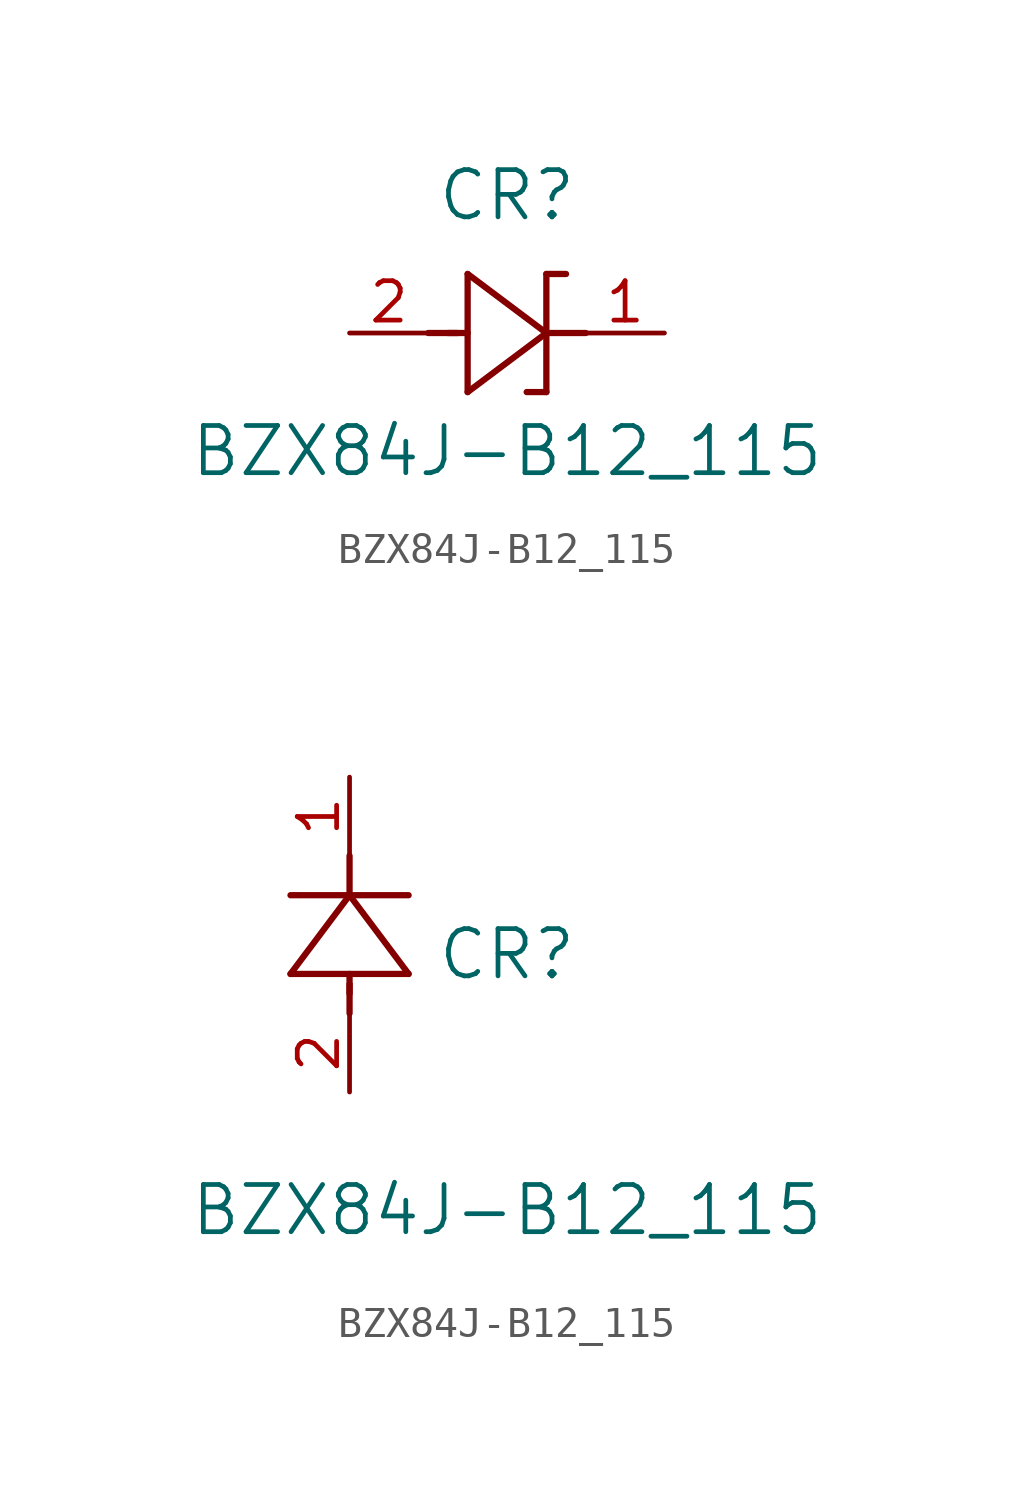
<source format=kicad_sym>
(kicad_symbol_lib
  (version 20211014)
  (generator kicad_symbol_editor)
  (symbol "BZX84J-B12_115"
    (pin_names
      (offset 0.254))
    (property "Reference" "CR"
      (at 5.08 4.445 0)
      (effects (font (size 1.524 1.524))))
    (property "Value" "BZX84J-B12_115"
      (at 5.08 -3.81 0)
      (effects (font (size 1.524 1.524))))
    (symbol "BZX84J-B12_115_1_1"
      (polyline (pts (xy 2.54 0) (xy 3.48 0)) (stroke (width 0.203) (type default) (color 0 0 0 0)) (fill (type none)))
      (polyline (pts (xy 3.175 0) (xy 3.81 0)) (stroke (width 0.203) (type default) (color 0 0 0 0)) (fill (type none)))
      (polyline (pts (xy 3.81 -1.905) (xy 6.35 0)) (stroke (width 0.203) (type default) (color 0 0 0 0)) (fill (type none)))
      (polyline (pts (xy 6.35 -1.905) (xy 5.715 -1.905)) (stroke (width 0.203) (type default) (color 0 0 0 0)) (fill (type none)))
      (polyline (pts (xy 6.35 1.905) (xy 6.985 1.905)) (stroke (width 0.203) (type default) (color 0 0 0 0)) (fill (type none)))
      (polyline (pts (xy 3.81 1.905) (xy 3.81 -1.905)) (stroke (width 0.203) (type default) (color 0 0 0 0)) (fill (type none)))
      (polyline (pts (xy 6.35 -1.905) (xy 6.35 1.905)) (stroke (width 0.203) (type default) (color 0 0 0 0)) (fill (type none)))
      (polyline (pts (xy 6.35 0) (xy 3.81 1.905)) (stroke (width 0.203) (type default) (color 0 0 0 0)) (fill (type none)))
      (polyline (pts (xy 6.35 0) (xy 7.62 0)) (stroke (width 0.203) (type default) (color 0 0 0 0)) (fill (type none)))
      (pin unspecified line (at 10.16 0 180) (length 2.54) (name "" (effects (font (size 1.27 1.27)))) (number "1" (effects (font (size 1.27 1.27)))))
      (pin unspecified line (at 0 0 0) (length 2.54) (name "" (effects (font (size 1.27 1.27)))) (number "2" (effects (font (size 1.27 1.27))))))
    (symbol "BZX84J-B12_115_1_2"
      (polyline (pts (xy 0 2.54) (xy 0 3.48)) (stroke (width 0.203) (type default) (color 0 0 0 0)) (fill (type none)))
      (polyline (pts (xy -1.905 3.81) (xy 1.905 3.81)) (stroke (width 0.203) (type default) (color 0 0 0 0)) (fill (type none)))
      (polyline (pts (xy 0 3.175) (xy 0 3.81)) (stroke (width 0.203) (type default) (color 0 0 0 0)) (fill (type none)))
      (polyline (pts (xy 1.905 6.35) (xy -1.905 6.35)) (stroke (width 0.203) (type default) (color 0 0 0 0)) (fill (type none)))
      (polyline (pts (xy 0 6.35) (xy 0 7.62)) (stroke (width 0.203) (type default) (color 0 0 0 0)) (fill (type none)))
      (polyline (pts (xy 0 6.35) (xy -1.905 3.81)) (stroke (width 0.203) (type default) (color 0 0 0 0)) (fill (type none)))
      (polyline (pts (xy 1.905 3.81) (xy 0 6.35)) (stroke (width 0.203) (type default) (color 0 0 0 0)) (fill (type none)))
      (pin unspecified line (at 0 10.16 270) (length 2.54) (name "" (effects (font (size 1.27 1.27)))) (number "1" (effects (font (size 1.27 1.27)))))
      (pin unspecified line (at 0 0 90) (length 2.54) (name "" (effects (font (size 1.27 1.27)))) (number "2" (effects (font (size 1.27 1.27))))))))
</source>
